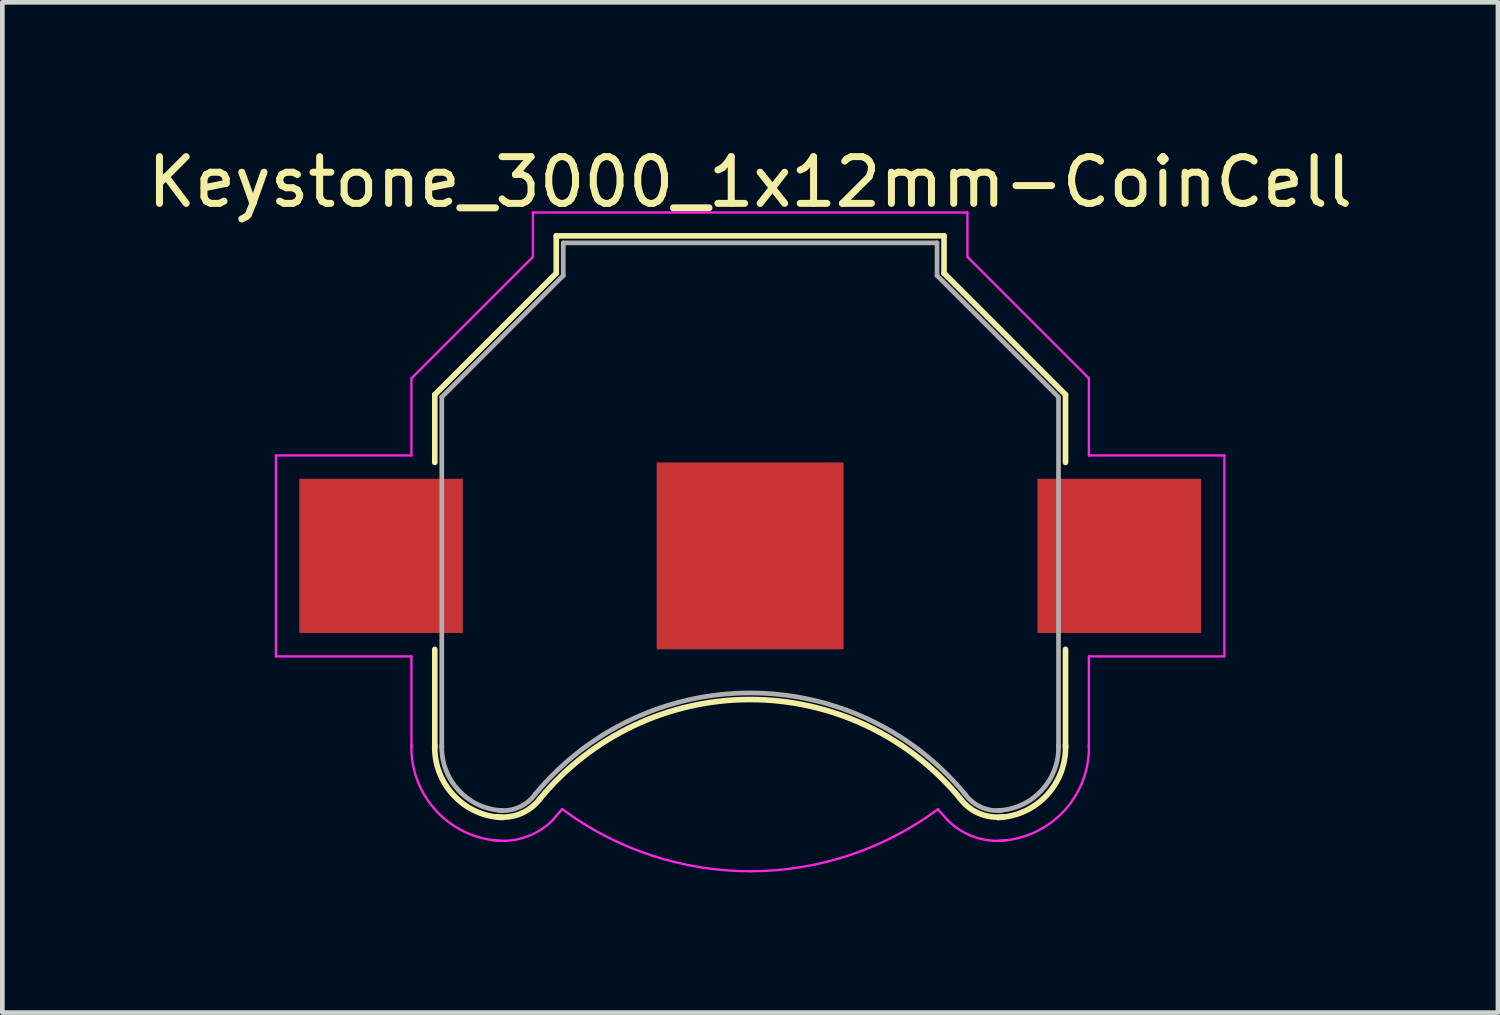
<source format=kicad_pcb>
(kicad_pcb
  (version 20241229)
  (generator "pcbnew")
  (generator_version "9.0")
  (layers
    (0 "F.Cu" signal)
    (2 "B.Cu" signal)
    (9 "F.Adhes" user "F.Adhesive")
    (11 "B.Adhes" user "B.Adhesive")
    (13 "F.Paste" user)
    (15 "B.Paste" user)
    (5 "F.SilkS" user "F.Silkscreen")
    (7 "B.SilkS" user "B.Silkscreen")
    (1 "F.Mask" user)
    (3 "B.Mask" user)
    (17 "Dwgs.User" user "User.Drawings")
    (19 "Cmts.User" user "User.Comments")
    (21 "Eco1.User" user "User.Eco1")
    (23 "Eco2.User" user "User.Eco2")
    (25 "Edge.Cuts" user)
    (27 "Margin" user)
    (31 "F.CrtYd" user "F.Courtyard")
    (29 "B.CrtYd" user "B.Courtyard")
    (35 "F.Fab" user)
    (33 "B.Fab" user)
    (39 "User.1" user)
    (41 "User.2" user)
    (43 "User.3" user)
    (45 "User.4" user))
  (footprint "Keystone_3000_1x12mm-CoinCell"
    (layer "F.Cu")
    (at 13.006 8.848)
    (property "Reference" "Keystone_3000_1x12mm-CoinCell" (at 0 -8 0) (layer "F.SilkS") (effects (font (size 1 1) (thickness 0.15))))
    (attr smd)
    (fp_line (start -6.75 -3.45) (end -4.15 -6.05) (stroke (width 0.12) (type solid)) (layer "F.SilkS"))
    (fp_line (start -6.75 -2) (end -6.75 -3.45) (stroke (width 0.12) (type solid)) (layer "F.SilkS"))
    (fp_line (start -6.75 2) (end -6.75 4.1) (stroke (width 0.12) (type solid)) (layer "F.SilkS"))
    (fp_line (start -4.15 -6.85) (end 4.15 -6.85) (stroke (width 0.12) (type solid)) (layer "F.SilkS"))
    (fp_line (start -4.15 -6.05) (end -4.15 -6.85) (stroke (width 0.12) (type solid)) (layer "F.SilkS"))
    (fp_line (start 4.15 -6.85) (end 4.15 -6.05) (stroke (width 0.12) (type solid)) (layer "F.SilkS"))
    (fp_line (start 4.15 -6.05) (end 6.75 -3.45) (stroke (width 0.12) (type solid)) (layer "F.SilkS"))
    (fp_line (start 6.75 -3.45) (end 6.75 -2) (stroke (width 0.12) (type solid)) (layer "F.SilkS"))
    (fp_line (start 6.75 2) (end 6.75 4.1) (stroke (width 0.12) (type solid)) (layer "F.SilkS"))
    (fp_arc (start -5.3 5.6) (mid -6.346016 5.125305) (end -6.75 4.05) (stroke (width 0.12) (type solid)) (layer "F.SilkS"))
    (fp_arc (start -4.5 5.2) (mid -4.90584 5.514615) (end -5.414615 5.58416) (stroke (width 0.12) (type solid)) (layer "F.SilkS"))
    (fp_arc (start -4.5 5.2) (mid -0.007341 3.0742) (end 4.490661 5.188671) (stroke (width 0.12) (type solid)) (layer "F.SilkS"))
    (fp_arc (start 5.414615 5.58416) (mid 4.90584 5.514615) (end 4.5 5.2) (stroke (width 0.12) (type solid)) (layer "F.SilkS"))
    (fp_arc (start 6.75 4.05) (mid 6.346016 5.125305) (end 5.3 5.6) (stroke (width 0.12) (type solid)) (layer "F.SilkS"))
    (fp_line (start -10.15 -2.15) (end -10.15 2.15) (stroke (width 0.05) (type solid)) (layer "F.CrtYd"))
    (fp_line (start -10.15 2.15) (end -7.25 2.15) (stroke (width 0.05) (type solid)) (layer "F.CrtYd"))
    (fp_line (start -7.25 -3.8) (end -4.65 -6.4) (stroke (width 0.05) (type solid)) (layer "F.CrtYd"))
    (fp_line (start -7.25 -2.15) (end -10.15 -2.15) (stroke (width 0.05) (type solid)) (layer "F.CrtYd"))
    (fp_line (start -7.25 -2.15) (end -7.25 -3.8) (stroke (width 0.05) (type solid)) (layer "F.CrtYd"))
    (fp_line (start -7.25 2.15) (end -7.25 4.1) (stroke (width 0.05) (type solid)) (layer "F.CrtYd"))
    (fp_line (start -4.65 -7.35) (end 4.65 -7.35) (stroke (width 0.05) (type solid)) (layer "F.CrtYd"))
    (fp_line (start -4.65 -6.4) (end -4.65 -7.35) (stroke (width 0.05) (type solid)) (layer "F.CrtYd"))
    (fp_line (start 4.65 -6.4) (end 4.65 -7.35) (stroke (width 0.05) (type solid)) (layer "F.CrtYd"))
    (fp_line (start 7.25 -3.8) (end 4.65 -6.4) (stroke (width 0.05) (type solid)) (layer "F.CrtYd"))
    (fp_line (start 7.25 -2.15) (end 7.25 -3.8) (stroke (width 0.05) (type solid)) (layer "F.CrtYd"))
    (fp_line (start 7.25 -2.15) (end 10.15 -2.15) (stroke (width 0.05) (type solid)) (layer "F.CrtYd"))
    (fp_line (start 7.25 2.15) (end 7.25 4.1) (stroke (width 0.05) (type solid)) (layer "F.CrtYd"))
    (fp_line (start 10.15 -2.15) (end 10.15 2.15) (stroke (width 0.05) (type solid)) (layer "F.CrtYd"))
    (fp_line (start 10.15 2.15) (end 7.25 2.15) (stroke (width 0.05) (type solid)) (layer "F.CrtYd"))
    (fp_arc (start -5.3 6.1) (mid -6.699569 5.478858) (end -7.25 4.05) (stroke (width 0.05) (type solid)) (layer "F.CrtYd"))
    (fp_arc (start -4.22 5.65) (mid -4.814553 6.021742) (end -5.513125 6.082436) (stroke (width 0.05) (type solid)) (layer "F.CrtYd"))
    (fp_arc (start -4.22 5.65) (mid -4.123743 5.534157) (end -4.024388 5.42096) (stroke (width 0.05) (type solid)) (layer "F.CrtYd"))
    (fp_arc (start 0 6.75) (mid -2.119449 6.408622) (end -4.024518 5.419018) (stroke (width 0.05) (type solid)) (layer "F.CrtYd"))
    (fp_arc (start 4.024518 5.419018) (mid 2.119449 6.408622) (end 0 6.75) (stroke (width 0.05) (type solid)) (layer "F.CrtYd"))
    (fp_arc (start 4.02471 5.432858) (mid 4.123824 5.540108) (end 4.22 5.65) (stroke (width 0.05) (type solid)) (layer "F.CrtYd"))
    (fp_arc (start 5.513125 6.082436) (mid 4.814553 6.021742) (end 4.22 5.65) (stroke (width 0.05) (type solid)) (layer "F.CrtYd"))
    (fp_arc (start 7.25 4.05) (mid 6.699569 5.478858) (end 5.3 6.1) (stroke (width 0.05) (type solid)) (layer "F.CrtYd"))
    (fp_line (start -6.6 -3.4) (end -6.6 4.1) (stroke (width 0.1) (type solid)) (layer "F.Fab"))
    (fp_line (start -4 -6.7) (end -4 -6) (stroke (width 0.1) (type solid)) (layer "F.Fab"))
    (fp_line (start -4 -6.7) (end 4 -6.7) (stroke (width 0.1) (type solid)) (layer "F.Fab"))
    (fp_line (start -4 -6) (end -6.6 -3.4) (stroke (width 0.1) (type solid)) (layer "F.Fab"))
    (fp_line (start 4 -6.7) (end 4 -6) (stroke (width 0.1) (type solid)) (layer "F.Fab"))
    (fp_line (start 4 -6) (end 6.6 -3.4) (stroke (width 0.1) (type solid)) (layer "F.Fab"))
    (fp_line (start 6.6 -3.4) (end 6.6 4.1) (stroke (width 0.1) (type solid)) (layer "F.Fab"))
    (fp_arc (start -5.3 5.45) (mid -6.239949 5.019239) (end -6.6 4.05) (stroke (width 0.1) (type solid)) (layer "F.Fab"))
    (fp_arc (start -4.6 5.1) (mid -4.942443 5.378013) (end -5.378013 5.447558) (stroke (width 0.1) (type solid)) (layer "F.Fab"))
    (fp_arc (start -4.6 5.1) (mid 0.006214 2.93343) (end 4.607905 5.109589) (stroke (width 0.1) (type solid)) (layer "F.Fab"))
    (fp_arc (start 5.378013 5.447558) (mid 4.942442 5.378013) (end 4.6 5.1) (stroke (width 0.1) (type solid)) (layer "F.Fab"))
    (fp_arc (start 6.6 4.05) (mid 6.239949 5.019239) (end 5.3 5.45) (stroke (width 0.1) (type solid)) (layer "F.Fab"))
    (pad "1" smd rect (at -7.9 0) (size 3.5 3.3) (layers "F.Cu" "F.Mask" "F.Paste"))
    (pad "1" smd rect (at 7.9 0) (size 3.5 3.3) (layers "F.Cu" "F.Mask" "F.Paste"))
    (pad "2" smd rect (at 0 0) (size 4 4) (layers "F.Cu" "F.Mask")))
  (gr_rect
    (start -3 -3)
    (end 29.012 18.623)
    (stroke (width 0.1) (type default))
    (fill no)
    (layer "Edge.Cuts")))
</source>
